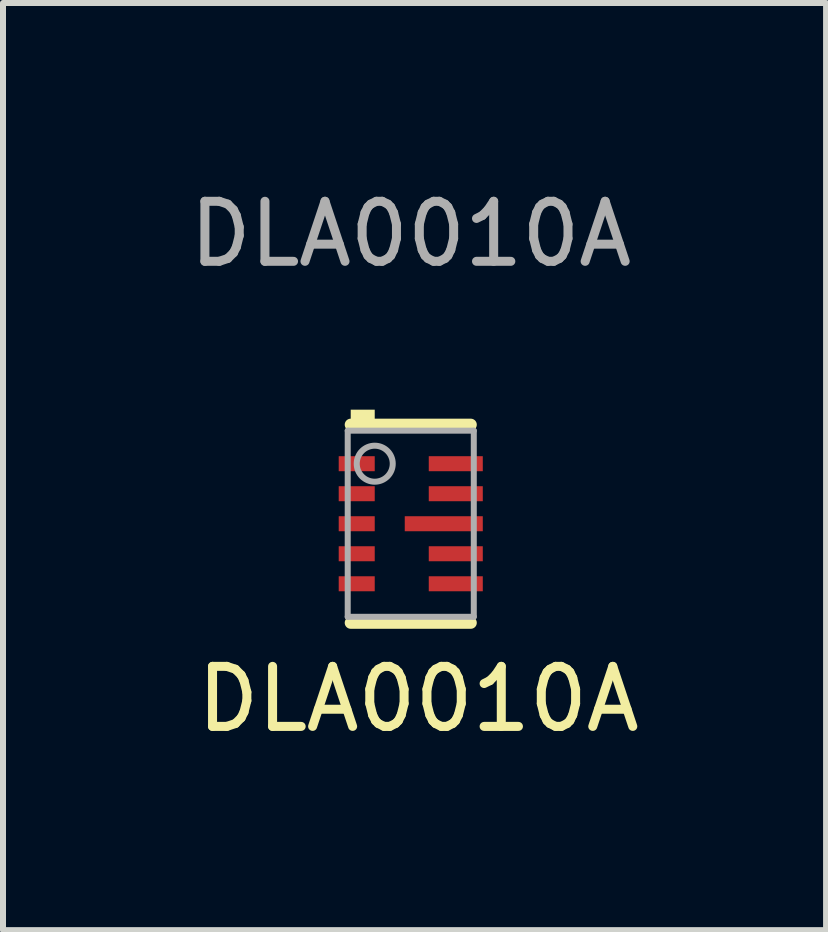
<source format=kicad_pcb>
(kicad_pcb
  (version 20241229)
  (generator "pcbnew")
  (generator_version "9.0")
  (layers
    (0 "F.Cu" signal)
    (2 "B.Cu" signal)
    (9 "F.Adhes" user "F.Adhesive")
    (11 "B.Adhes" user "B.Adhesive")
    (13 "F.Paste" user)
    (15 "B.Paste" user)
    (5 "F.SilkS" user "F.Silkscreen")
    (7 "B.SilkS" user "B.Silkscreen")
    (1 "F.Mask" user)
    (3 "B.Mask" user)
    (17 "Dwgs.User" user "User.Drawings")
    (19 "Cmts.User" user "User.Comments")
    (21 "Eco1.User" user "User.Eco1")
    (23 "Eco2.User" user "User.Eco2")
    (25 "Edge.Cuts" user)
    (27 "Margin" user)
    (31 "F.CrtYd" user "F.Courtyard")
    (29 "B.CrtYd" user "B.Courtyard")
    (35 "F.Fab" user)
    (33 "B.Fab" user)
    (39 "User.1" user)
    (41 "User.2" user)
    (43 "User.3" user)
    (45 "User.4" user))
  (footprint "DLA0010A"
    (layer "F.Cu")
    (at 3.792 5.674)
    (property "Reference" "DLA0010A" (at 0.127 2.921 0) (unlocked yes) (layer "F.SilkS") (effects (font (size 1 1) (thickness 0.15))))
    (attr smd)
    (fp_line (start -1 -1.65) (end 1 -1.65) (stroke (width 0.2) (type solid)) (layer "F.SilkS"))
    (fp_line (start -1 1.65) (end 1 1.65) (stroke (width 0.2) (type solid)) (layer "F.SilkS"))
    (fp_poly (pts (xy -1 -1.65) (xy -0.6 -1.65) (xy -0.6 -1.9) (xy -1 -1.9)) (stroke (width 0) (type solid)) (fill yes) (layer "F.SilkS"))
    (fp_poly (pts (xy -0.1 0.075) (xy -0.1 -0.075) (xy -0.05 -0.125) (xy 0.4 -0.125) (xy 0.45 -0.075) (xy 0.45 0.075) (xy 0.4 0.125) (xy -0.05 0.125)) (stroke (width 0) (type solid)) (fill yes) (layer "F.Paste"))
    (fp_poly (pts (xy 0.65 0.075) (xy 0.65 -0.075) (xy 0.7 -0.125) (xy 1.15 -0.125) (xy 1.2 -0.075) (xy 1.2 0.075) (xy 1.15 0.125) (xy 0.7 0.125)) (stroke (width 0) (type solid)) (fill yes) (layer "F.Paste"))
    (fp_line (start -1.05 -1.55) (end 1.05 -1.55) (stroke (width 0.1) (type solid)) (layer "F.Fab"))
    (fp_line (start -1.05 1.55) (end -1.05 -1.55) (stroke (width 0.1) (type solid)) (layer "F.Fab"))
    (fp_line (start -1.05 1.55) (end 1.05 1.55) (stroke (width 0.1) (type solid)) (layer "F.Fab"))
    (fp_line (start 1.05 1.55) (end 1.05 -1.55) (stroke (width 0.1) (type solid)) (layer "F.Fab"))
    (fp_circle (center -0.6 -1) (end -0.3 -1) (stroke (width 0.1) (type solid)) (fill no) (layer "F.Fab"))
    (fp_text user "${REFERENCE}" (at 0 -4.826 0) (unlocked yes) (layer "F.Fab") (effects (font (size 1 1) (thickness 0.15))))
    (pad "1" smd rect (at -0.9 -1) (size 0.6 0.25) (layers "F.Cu" "F.Mask" "F.Paste"))
    (pad "2" smd rect (at -0.9 -0.5) (size 0.6 0.25) (layers "F.Cu" "F.Mask" "F.Paste"))
    (pad "3" smd rect (at -0.9 0) (size 0.6 0.25) (layers "F.Cu" "F.Mask" "F.Paste"))
    (pad "4" smd rect (at -0.9 0.5) (size 0.6 0.25) (layers "F.Cu" "F.Mask" "F.Paste"))
    (pad "5" smd rect (at -0.9 1) (size 0.6 0.25) (layers "F.Cu" "F.Mask" "F.Paste"))
    (pad "6" smd rect (at 0.75 1) (size 0.9 0.25) (layers "F.Cu" "F.Mask" "F.Paste"))
    (pad "7" smd rect (at 0.75 0.5) (size 0.9 0.25) (layers "F.Cu" "F.Mask" "F.Paste"))
    (pad "8" smd rect (at 0.55 0) (size 1.3 0.25) (layers "F.Cu" "F.Mask"))
    (pad "9" smd rect (at 0.75 -0.5) (size 0.9 0.25) (layers "F.Cu" "F.Mask" "F.Paste"))
    (pad "10" smd rect (at 0.75 -1) (size 0.9 0.25) (layers "F.Cu" "F.Mask" "F.Paste")))
  (gr_rect
    (start -3 -3)
    (end 10.71 12.444)
    (stroke (width 0.1) (type default))
    (fill no)
    (layer "Edge.Cuts")))
</source>
